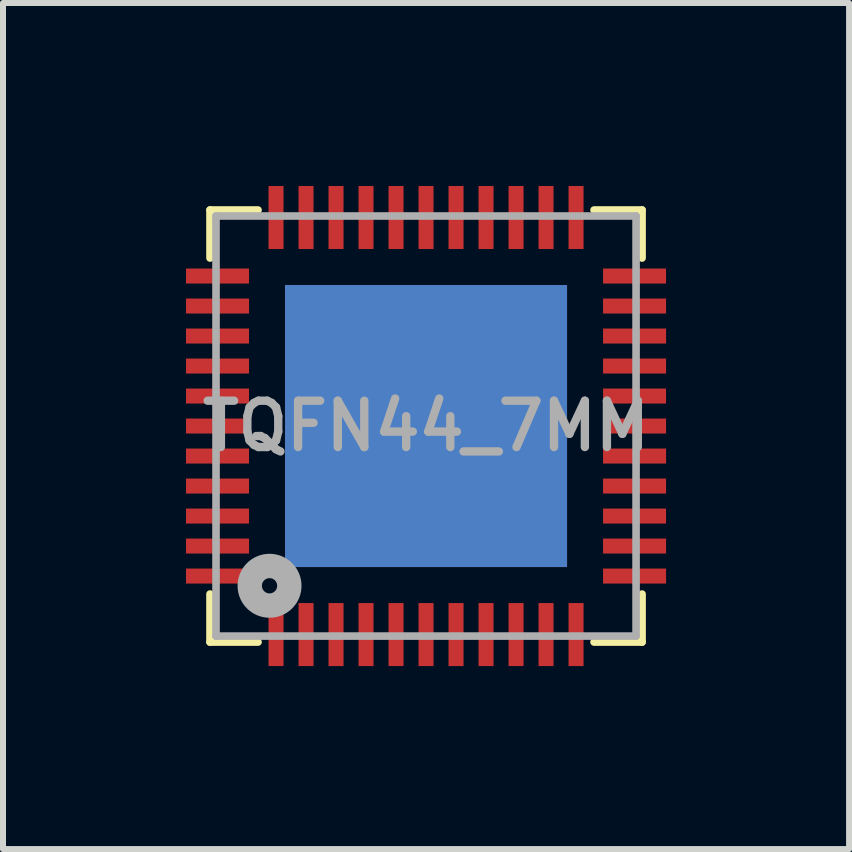
<source format=kicad_pcb>
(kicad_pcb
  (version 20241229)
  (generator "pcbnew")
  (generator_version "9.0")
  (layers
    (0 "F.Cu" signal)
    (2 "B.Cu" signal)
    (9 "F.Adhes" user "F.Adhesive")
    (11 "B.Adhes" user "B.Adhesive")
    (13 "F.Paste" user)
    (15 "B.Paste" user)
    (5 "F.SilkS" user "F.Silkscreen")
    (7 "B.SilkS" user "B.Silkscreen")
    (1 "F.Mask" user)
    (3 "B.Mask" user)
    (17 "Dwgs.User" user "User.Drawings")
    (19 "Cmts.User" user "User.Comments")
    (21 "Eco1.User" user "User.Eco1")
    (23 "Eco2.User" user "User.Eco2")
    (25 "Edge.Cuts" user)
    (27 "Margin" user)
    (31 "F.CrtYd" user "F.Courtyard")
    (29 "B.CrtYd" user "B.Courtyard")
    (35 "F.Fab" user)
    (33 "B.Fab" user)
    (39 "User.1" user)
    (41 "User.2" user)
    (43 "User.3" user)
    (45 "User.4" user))
  (footprint "TQFN44_7MM"
    (layer "F.Cu")
    (at 4.05 4.05)
    (property "Reference" "TQFN44_7MM" (at 0 0 180) (layer "F.Fab") (effects (font (size 0.772 0.772) (thickness 0.139))))
    (attr through_hole)
    (fp_poly (pts (xy -4.05 -2.35) (xy -2.9 -2.35) (xy -2.9 -2.65) (xy -4.05 -2.65)) (stroke (width 0) (type solid)) (fill yes) (layer "F.Mask"))
    (fp_poly (pts (xy -4.05 -1.85) (xy -2.9 -1.85) (xy -2.9 -2.15) (xy -4.05 -2.15)) (stroke (width 0) (type solid)) (fill yes) (layer "F.Mask"))
    (fp_poly (pts (xy -4.05 -1.35) (xy -2.9 -1.35) (xy -2.9 -1.65) (xy -4.05 -1.65)) (stroke (width 0) (type solid)) (fill yes) (layer "F.Mask"))
    (fp_poly (pts (xy -4.05 -0.85) (xy -2.9 -0.85) (xy -2.9 -1.15) (xy -4.05 -1.15)) (stroke (width 0) (type solid)) (fill yes) (layer "F.Mask"))
    (fp_poly (pts (xy -4.05 -0.35) (xy -2.9 -0.35) (xy -2.9 -0.65) (xy -4.05 -0.65)) (stroke (width 0) (type solid)) (fill yes) (layer "F.Mask"))
    (fp_poly (pts (xy -4.05 0.15) (xy -2.9 0.15) (xy -2.9 -0.15) (xy -4.05 -0.15)) (stroke (width 0) (type solid)) (fill yes) (layer "F.Mask"))
    (fp_poly (pts (xy -4.05 0.65) (xy -2.9 0.65) (xy -2.9 0.35) (xy -4.05 0.35)) (stroke (width 0) (type solid)) (fill yes) (layer "F.Mask"))
    (fp_poly (pts (xy -4.05 1.15) (xy -2.9 1.15) (xy -2.9 0.85) (xy -4.05 0.85)) (stroke (width 0) (type solid)) (fill yes) (layer "F.Mask"))
    (fp_poly (pts (xy -4.05 1.65) (xy -2.9 1.65) (xy -2.9 1.35) (xy -4.05 1.35)) (stroke (width 0) (type solid)) (fill yes) (layer "F.Mask"))
    (fp_poly (pts (xy -4.05 2.15) (xy -2.9 2.15) (xy -2.9 1.85) (xy -4.05 1.85)) (stroke (width 0) (type solid)) (fill yes) (layer "F.Mask"))
    (fp_poly (pts (xy -4.05 2.65) (xy -2.9 2.65) (xy -2.9 2.35) (xy -4.05 2.35)) (stroke (width 0) (type solid)) (fill yes) (layer "F.Mask"))
    (fp_poly (pts (xy -2.65 -4.05) (xy -2.65 -2.9) (xy -2.35 -2.9) (xy -2.35 -4.05)) (stroke (width 0) (type solid)) (fill yes) (layer "F.Mask"))
    (fp_poly (pts (xy -2.35 4.05) (xy -2.35 2.9) (xy -2.65 2.9) (xy -2.65 4.05)) (stroke (width 0) (type solid)) (fill yes) (layer "F.Mask"))
    (fp_poly (pts (xy -2.15 -4.05) (xy -2.15 -2.9) (xy -1.85 -2.9) (xy -1.85 -4.05)) (stroke (width 0) (type solid)) (fill yes) (layer "F.Mask"))
    (fp_poly (pts (xy -1.85 4.05) (xy -1.85 2.9) (xy -2.15 2.9) (xy -2.15 4.05)) (stroke (width 0) (type solid)) (fill yes) (layer "F.Mask"))
    (fp_poly (pts (xy -1.65 -4.05) (xy -1.65 -2.9) (xy -1.35 -2.9) (xy -1.35 -4.05)) (stroke (width 0) (type solid)) (fill yes) (layer "F.Mask"))
    (fp_poly (pts (xy -1.35 4.05) (xy -1.35 2.9) (xy -1.65 2.9) (xy -1.65 4.05)) (stroke (width 0) (type solid)) (fill yes) (layer "F.Mask"))
    (fp_poly (pts (xy -1.15 -4.05) (xy -1.15 -2.9) (xy -0.85 -2.9) (xy -0.85 -4.05)) (stroke (width 0) (type solid)) (fill yes) (layer "F.Mask"))
    (fp_poly (pts (xy -0.85 4.05) (xy -0.85 2.9) (xy -1.15 2.9) (xy -1.15 4.05)) (stroke (width 0) (type solid)) (fill yes) (layer "F.Mask"))
    (fp_poly (pts (xy -0.65 -4.05) (xy -0.65 -2.9) (xy -0.35 -2.9) (xy -0.35 -4.05)) (stroke (width 0) (type solid)) (fill yes) (layer "F.Mask"))
    (fp_poly (pts (xy -0.35 4.05) (xy -0.35 2.9) (xy -0.65 2.9) (xy -0.65 4.05)) (stroke (width 0) (type solid)) (fill yes) (layer "F.Mask"))
    (fp_poly (pts (xy -0.15 -4.05) (xy -0.15 -2.9) (xy 0.15 -2.9) (xy 0.15 -4.05)) (stroke (width 0) (type solid)) (fill yes) (layer "F.Mask"))
    (fp_poly (pts (xy 0.15 4.05) (xy 0.15 2.9) (xy -0.15 2.9) (xy -0.15 4.05)) (stroke (width 0) (type solid)) (fill yes) (layer "F.Mask"))
    (fp_poly (pts (xy 0.35 -4.05) (xy 0.35 -2.9) (xy 0.65 -2.9) (xy 0.65 -4.05)) (stroke (width 0) (type solid)) (fill yes) (layer "F.Mask"))
    (fp_poly (pts (xy 0.65 4.05) (xy 0.65 2.9) (xy 0.35 2.9) (xy 0.35 4.05)) (stroke (width 0) (type solid)) (fill yes) (layer "F.Mask"))
    (fp_poly (pts (xy 0.85 -4.05) (xy 0.85 -2.9) (xy 1.15 -2.9) (xy 1.15 -4.05)) (stroke (width 0) (type solid)) (fill yes) (layer "F.Mask"))
    (fp_poly (pts (xy 1.15 4.05) (xy 1.15 2.9) (xy 0.85 2.9) (xy 0.85 4.05)) (stroke (width 0) (type solid)) (fill yes) (layer "F.Mask"))
    (fp_poly (pts (xy 1.35 -4.05) (xy 1.35 -2.9) (xy 1.65 -2.9) (xy 1.65 -4.05)) (stroke (width 0) (type solid)) (fill yes) (layer "F.Mask"))
    (fp_poly (pts (xy 1.65 4.05) (xy 1.65 2.9) (xy 1.35 2.9) (xy 1.35 4.05)) (stroke (width 0) (type solid)) (fill yes) (layer "F.Mask"))
    (fp_poly (pts (xy 1.85 -4.05) (xy 1.85 -2.9) (xy 2.15 -2.9) (xy 2.15 -4.05)) (stroke (width 0) (type solid)) (fill yes) (layer "F.Mask"))
    (fp_poly (pts (xy 2.15 4.05) (xy 2.15 2.9) (xy 1.85 2.9) (xy 1.85 4.05)) (stroke (width 0) (type solid)) (fill yes) (layer "F.Mask"))
    (fp_poly (pts (xy 2.35 -4.05) (xy 2.35 -2.9) (xy 2.65 -2.9) (xy 2.65 -4.05)) (stroke (width 0) (type solid)) (fill yes) (layer "F.Mask"))
    (fp_poly (pts (xy 2.65 4.05) (xy 2.65 2.9) (xy 2.35 2.9) (xy 2.35 4.05)) (stroke (width 0) (type solid)) (fill yes) (layer "F.Mask"))
    (fp_poly (pts (xy 4.05 -2.65) (xy 2.9 -2.65) (xy 2.9 -2.35) (xy 4.05 -2.35)) (stroke (width 0) (type solid)) (fill yes) (layer "F.Mask"))
    (fp_poly (pts (xy 4.05 -2.15) (xy 2.9 -2.15) (xy 2.9 -1.85) (xy 4.05 -1.85)) (stroke (width 0) (type solid)) (fill yes) (layer "F.Mask"))
    (fp_poly (pts (xy 4.05 -1.65) (xy 2.9 -1.65) (xy 2.9 -1.35) (xy 4.05 -1.35)) (stroke (width 0) (type solid)) (fill yes) (layer "F.Mask"))
    (fp_poly (pts (xy 4.05 -1.15) (xy 2.9 -1.15) (xy 2.9 -0.85) (xy 4.05 -0.85)) (stroke (width 0) (type solid)) (fill yes) (layer "F.Mask"))
    (fp_poly (pts (xy 4.05 -0.65) (xy 2.9 -0.65) (xy 2.9 -0.35) (xy 4.05 -0.35)) (stroke (width 0) (type solid)) (fill yes) (layer "F.Mask"))
    (fp_poly (pts (xy 4.05 -0.15) (xy 2.9 -0.15) (xy 2.9 0.15) (xy 4.05 0.15)) (stroke (width 0) (type solid)) (fill yes) (layer "F.Mask"))
    (fp_poly (pts (xy 4.05 0.35) (xy 2.9 0.35) (xy 2.9 0.65) (xy 4.05 0.65)) (stroke (width 0) (type solid)) (fill yes) (layer "F.Mask"))
    (fp_poly (pts (xy 4.05 0.85) (xy 2.9 0.85) (xy 2.9 1.15) (xy 4.05 1.15)) (stroke (width 0) (type solid)) (fill yes) (layer "F.Mask"))
    (fp_poly (pts (xy 4.05 1.35) (xy 2.9 1.35) (xy 2.9 1.65) (xy 4.05 1.65)) (stroke (width 0) (type solid)) (fill yes) (layer "F.Mask"))
    (fp_poly (pts (xy 4.05 1.85) (xy 2.9 1.85) (xy 2.9 2.15) (xy 4.05 2.15)) (stroke (width 0) (type solid)) (fill yes) (layer "F.Mask"))
    (fp_poly (pts (xy 4.05 2.35) (xy 2.9 2.35) (xy 2.9 2.65) (xy 4.05 2.65)) (stroke (width 0) (type solid)) (fill yes) (layer "F.Mask"))
    (fp_line (start -3.6 -3.6) (end -3.6 -2.8) (stroke (width 0.127) (type solid)) (layer "F.SilkS"))
    (fp_line (start -3.6 2.8) (end -3.6 3.6) (stroke (width 0.127) (type solid)) (layer "F.SilkS"))
    (fp_line (start -3.6 3.6) (end -2.8 3.6) (stroke (width 0.127) (type solid)) (layer "F.SilkS"))
    (fp_line (start -2.8 -3.6) (end -3.6 -3.6) (stroke (width 0.127) (type solid)) (layer "F.SilkS"))
    (fp_line (start 2.8 -3.6) (end 3.6 -3.6) (stroke (width 0.127) (type solid)) (layer "F.SilkS"))
    (fp_line (start 3.6 -3.6) (end 3.6 -2.8) (stroke (width 0.127) (type solid)) (layer "F.SilkS"))
    (fp_line (start 3.6 2.8) (end 3.6 3.6) (stroke (width 0.127) (type solid)) (layer "F.SilkS"))
    (fp_line (start 3.6 3.6) (end 2.8 3.6) (stroke (width 0.127) (type solid)) (layer "F.SilkS"))
    (fp_poly (pts (xy -2 -0.5) (xy -1 -0.5) (xy -1 -2) (xy -2 -2)) (stroke (width 0) (type solid)) (fill yes) (layer "F.Paste"))
    (fp_poly (pts (xy -2 2) (xy -1 2) (xy -1 0.5) (xy -2 0.5)) (stroke (width 0) (type solid)) (fill yes) (layer "F.Paste"))
    (fp_poly (pts (xy -0.5 -0.5) (xy 0.5 -0.5) (xy 0.5 -2) (xy -0.5 -2)) (stroke (width 0) (type solid)) (fill yes) (layer "F.Paste"))
    (fp_poly (pts (xy -0.5 2) (xy 0.5 2) (xy 0.5 0.5) (xy -0.5 0.5)) (stroke (width 0) (type solid)) (fill yes) (layer "F.Paste"))
    (fp_poly (pts (xy 1 -0.5) (xy 2 -0.5) (xy 2 -2) (xy 1 -2)) (stroke (width 0) (type solid)) (fill yes) (layer "F.Paste"))
    (fp_poly (pts (xy 1 2) (xy 2 2) (xy 2 0.5) (xy 1 0.5)) (stroke (width 0) (type solid)) (fill yes) (layer "F.Paste"))
    (fp_line (start -3.5 -3.5) (end 3.5 -3.5) (stroke (width 0.127) (type solid)) (layer "F.Fab"))
    (fp_line (start -3.5 3.5) (end -3.5 -3.5) (stroke (width 0.127) (type solid)) (layer "F.Fab"))
    (fp_line (start 3.5 -3.5) (end 3.5 3.5) (stroke (width 0.127) (type solid)) (layer "F.Fab"))
    (fp_line (start 3.5 3.5) (end -3.5 3.5) (stroke (width 0.127) (type solid)) (layer "F.Fab"))
    (fp_circle (center -2.608 2.662) (end -2.481 2.662) (stroke (width 0.406) (type solid)) (fill no) (layer "F.Fab"))
    (pad "1" smd rect (at -2.5 3.475 90) (size 1.05 0.25) (layers "F.Cu" "F.Mask" "F.Paste"))
    (pad "2" smd rect (at -2 3.475 90) (size 1.05 0.25) (layers "F.Cu" "F.Mask" "F.Paste"))
    (pad "3" smd rect (at -1.5 3.475 90) (size 1.05 0.25) (layers "F.Cu" "F.Mask" "F.Paste"))
    (pad "4" smd rect (at -1 3.475 90) (size 1.05 0.25) (layers "F.Cu" "F.Mask" "F.Paste"))
    (pad "5" smd rect (at -0.5 3.475 90) (size 1.05 0.25) (layers "F.Cu" "F.Mask" "F.Paste"))
    (pad "6" smd rect (at 0 3.475 90) (size 1.05 0.25) (layers "F.Cu" "F.Mask" "F.Paste"))
    (pad "7" smd rect (at 0.5 3.475 90) (size 1.05 0.25) (layers "F.Cu" "F.Mask" "F.Paste"))
    (pad "8" smd rect (at 1 3.475 90) (size 1.05 0.25) (layers "F.Cu" "F.Mask" "F.Paste"))
    (pad "9" smd rect (at 1.5 3.475 90) (size 1.05 0.25) (layers "F.Cu" "F.Mask" "F.Paste"))
    (pad "10" smd rect (at 2 3.475 90) (size 1.05 0.25) (layers "F.Cu" "F.Mask" "F.Paste"))
    (pad "11" smd rect (at 2.5 3.475 90) (size 1.05 0.25) (layers "F.Cu" "F.Mask" "F.Paste"))
    (pad "12" smd rect (at 3.475 2.5 180) (size 1.05 0.25) (layers "F.Cu" "F.Mask" "F.Paste"))
    (pad "13" smd rect (at 3.475 2 180) (size 1.05 0.25) (layers "F.Cu" "F.Mask" "F.Paste"))
    (pad "14" smd rect (at 3.475 1.5 180) (size 1.05 0.25) (layers "F.Cu" "F.Mask" "F.Paste"))
    (pad "15" smd rect (at 3.475 1 180) (size 1.05 0.25) (layers "F.Cu" "F.Mask" "F.Paste"))
    (pad "16" smd rect (at 3.475 0.5 180) (size 1.05 0.25) (layers "F.Cu" "F.Mask" "F.Paste"))
    (pad "17" smd rect (at 3.475 0 180) (size 1.05 0.25) (layers "F.Cu" "F.Mask" "F.Paste"))
    (pad "18" smd rect (at 3.475 -0.5 180) (size 1.05 0.25) (layers "F.Cu" "F.Mask" "F.Paste"))
    (pad "19" smd rect (at 3.475 -1 180) (size 1.05 0.25) (layers "F.Cu" "F.Mask" "F.Paste"))
    (pad "20" smd rect (at 3.475 -1.5 180) (size 1.05 0.25) (layers "F.Cu" "F.Mask" "F.Paste"))
    (pad "21" smd rect (at 3.475 -2 180) (size 1.05 0.25) (layers "F.Cu" "F.Mask" "F.Paste"))
    (pad "22" smd rect (at 3.475 -2.5 180) (size 1.05 0.25) (layers "F.Cu" "F.Mask" "F.Paste"))
    (pad "23" smd rect (at 2.5 -3.475 270) (size 1.05 0.25) (layers "F.Cu" "F.Mask" "F.Paste"))
    (pad "24" smd rect (at 2 -3.475 270) (size 1.05 0.25) (layers "F.Cu" "F.Mask" "F.Paste"))
    (pad "25" smd rect (at 1.5 -3.475 270) (size 1.05 0.25) (layers "F.Cu" "F.Mask" "F.Paste"))
    (pad "26" smd rect (at 1 -3.475 270) (size 1.05 0.25) (layers "F.Cu" "F.Mask" "F.Paste"))
    (pad "27" smd rect (at 0.5 -3.475 270) (size 1.05 0.25) (layers "F.Cu" "F.Mask" "F.Paste"))
    (pad "28" smd rect (at 0 -3.475 270) (size 1.05 0.25) (layers "F.Cu" "F.Mask" "F.Paste"))
    (pad "29" smd rect (at -0.5 -3.475 270) (size 1.05 0.25) (layers "F.Cu" "F.Mask" "F.Paste"))
    (pad "30" smd rect (at -1 -3.475 270) (size 1.05 0.25) (layers "F.Cu" "F.Mask" "F.Paste"))
    (pad "31" smd rect (at -1.5 -3.475 270) (size 1.05 0.25) (layers "F.Cu" "F.Mask" "F.Paste"))
    (pad "32" smd rect (at -2 -3.475 270) (size 1.05 0.25) (layers "F.Cu" "F.Mask" "F.Paste"))
    (pad "33" smd rect (at -2.5 -3.475 270) (size 1.05 0.25) (layers "F.Cu" "F.Mask" "F.Paste"))
    (pad "34" smd rect (at -3.475 -2.5) (size 1.05 0.25) (layers "F.Cu" "F.Mask" "F.Paste"))
    (pad "35" smd rect (at -3.475 -2) (size 1.05 0.25) (layers "F.Cu" "F.Mask" "F.Paste"))
    (pad "36" smd rect (at -3.475 -1.5) (size 1.05 0.25) (layers "F.Cu" "F.Mask" "F.Paste"))
    (pad "37" smd rect (at -3.475 -1) (size 1.05 0.25) (layers "F.Cu" "F.Mask" "F.Paste"))
    (pad "38" smd rect (at -3.475 -0.5) (size 1.05 0.25) (layers "F.Cu" "F.Mask" "F.Paste"))
    (pad "39" smd rect (at -3.475 0) (size 1.05 0.25) (layers "F.Cu" "F.Mask" "F.Paste"))
    (pad "40" smd rect (at -3.475 0.5) (size 1.05 0.25) (layers "F.Cu" "F.Mask" "F.Paste"))
    (pad "41" smd rect (at -3.475 1) (size 1.05 0.25) (layers "F.Cu" "F.Mask" "F.Paste"))
    (pad "42" smd rect (at -3.475 1.5) (size 1.05 0.25) (layers "F.Cu" "F.Mask" "F.Paste"))
    (pad "43" smd rect (at -3.475 2) (size 1.05 0.25) (layers "F.Cu" "F.Mask" "F.Paste"))
    (pad "44" smd rect (at -3.475 2.5) (size 1.05 0.25) (layers "F.Cu" "F.Mask" "F.Paste"))
    (pad "THERMAL" smd rect (at 0 0) (size 4.7 4.7) (layers "F.Cu" "F.Mask"))
    (pad "THERMAL1" smd rect (at 0 0) (size 4.7 4.7) (layers "B.Cu" "B.Mask")))
  (gr_rect
    (start -3 -3)
    (end 11.1 11.1)
    (stroke (width 0.1) (type default))
    (fill no)
    (layer "Edge.Cuts")))
</source>
